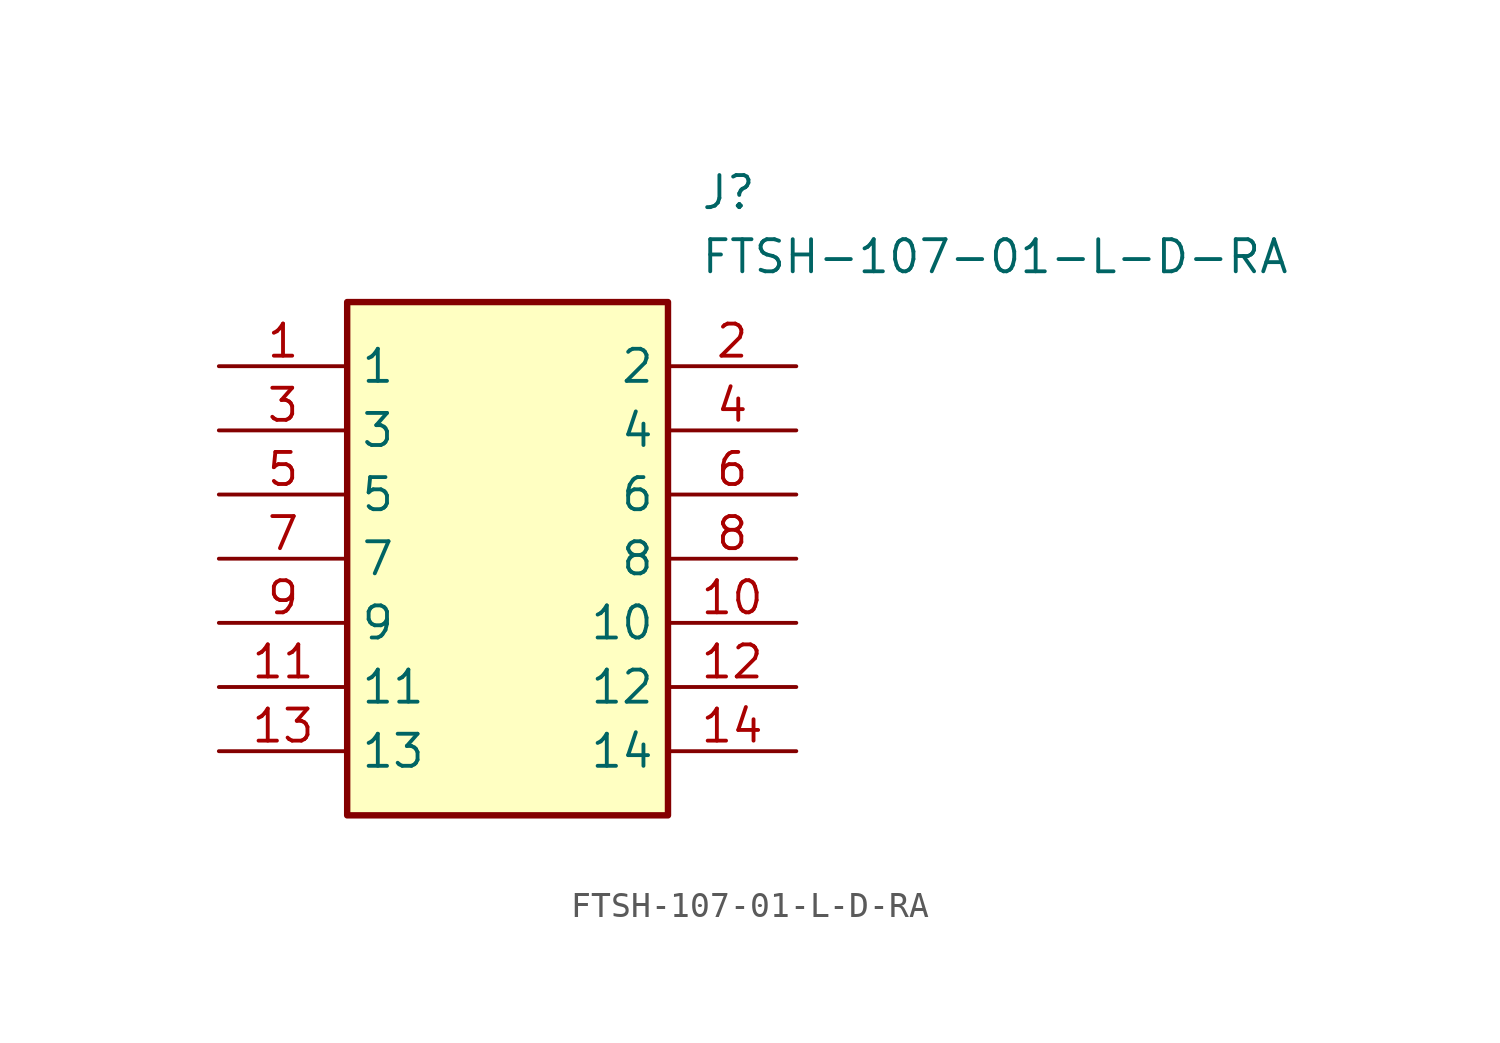
<source format=kicad_sym>
(kicad_symbol_lib
  (version 20211014)
  (generator SamacSys_ECAD_Model)
  (symbol "FTSH-107-01-L-D-RA"
    (property "Reference" "J"
      (at 19.05 7.62 0)
      (effects (font (size 1.27 1.27)) (justify left top)))
    (property "Value" "FTSH-107-01-L-D-RA"
      (at 19.05 5.08 0)
      (effects (font (size 1.27 1.27)) (justify left top)))
    (rectangle
      (start 5.08 2.54)
      (end 17.78 -17.78)
      (stroke (width 0.254) (type default))
      (fill (type background)))
    (pin passive line
      (at 0 0 0)
      (length 5.08)
      (name "1" (effects (font (size 1.27 1.27))))
      (number "1" (effects (font (size 1.27 1.27)))))
    (pin passive line
      (at 22.86 0 180)
      (length 5.08)
      (name "2" (effects (font (size 1.27 1.27))))
      (number "2" (effects (font (size 1.27 1.27)))))
    (pin passive line
      (at 0 -2.54 0)
      (length 5.08)
      (name "3" (effects (font (size 1.27 1.27))))
      (number "3" (effects (font (size 1.27 1.27)))))
    (pin passive line
      (at 22.86 -2.54 180)
      (length 5.08)
      (name "4" (effects (font (size 1.27 1.27))))
      (number "4" (effects (font (size 1.27 1.27)))))
    (pin passive line
      (at 0 -5.08 0)
      (length 5.08)
      (name "5" (effects (font (size 1.27 1.27))))
      (number "5" (effects (font (size 1.27 1.27)))))
    (pin passive line
      (at 22.86 -5.08 180)
      (length 5.08)
      (name "6" (effects (font (size 1.27 1.27))))
      (number "6" (effects (font (size 1.27 1.27)))))
    (pin passive line
      (at 0 -7.62 0)
      (length 5.08)
      (name "7" (effects (font (size 1.27 1.27))))
      (number "7" (effects (font (size 1.27 1.27)))))
    (pin passive line
      (at 22.86 -7.62 180)
      (length 5.08)
      (name "8" (effects (font (size 1.27 1.27))))
      (number "8" (effects (font (size 1.27 1.27)))))
    (pin passive line
      (at 0 -10.16 0)
      (length 5.08)
      (name "9" (effects (font (size 1.27 1.27))))
      (number "9" (effects (font (size 1.27 1.27)))))
    (pin passive line
      (at 22.86 -10.16 180)
      (length 5.08)
      (name "10" (effects (font (size 1.27 1.27))))
      (number "10" (effects (font (size 1.27 1.27)))))
    (pin passive line
      (at 0 -12.7 0)
      (length 5.08)
      (name "11" (effects (font (size 1.27 1.27))))
      (number "11" (effects (font (size 1.27 1.27)))))
    (pin passive line
      (at 22.86 -12.7 180)
      (length 5.08)
      (name "12" (effects (font (size 1.27 1.27))))
      (number "12" (effects (font (size 1.27 1.27)))))
    (pin passive line
      (at 0 -15.24 0)
      (length 5.08)
      (name "13" (effects (font (size 1.27 1.27))))
      (number "13" (effects (font (size 1.27 1.27)))))
    (pin passive line
      (at 22.86 -15.24 180)
      (length 5.08)
      (name "14" (effects (font (size 1.27 1.27))))
      (number "14" (effects (font (size 1.27 1.27)))))))
</source>
